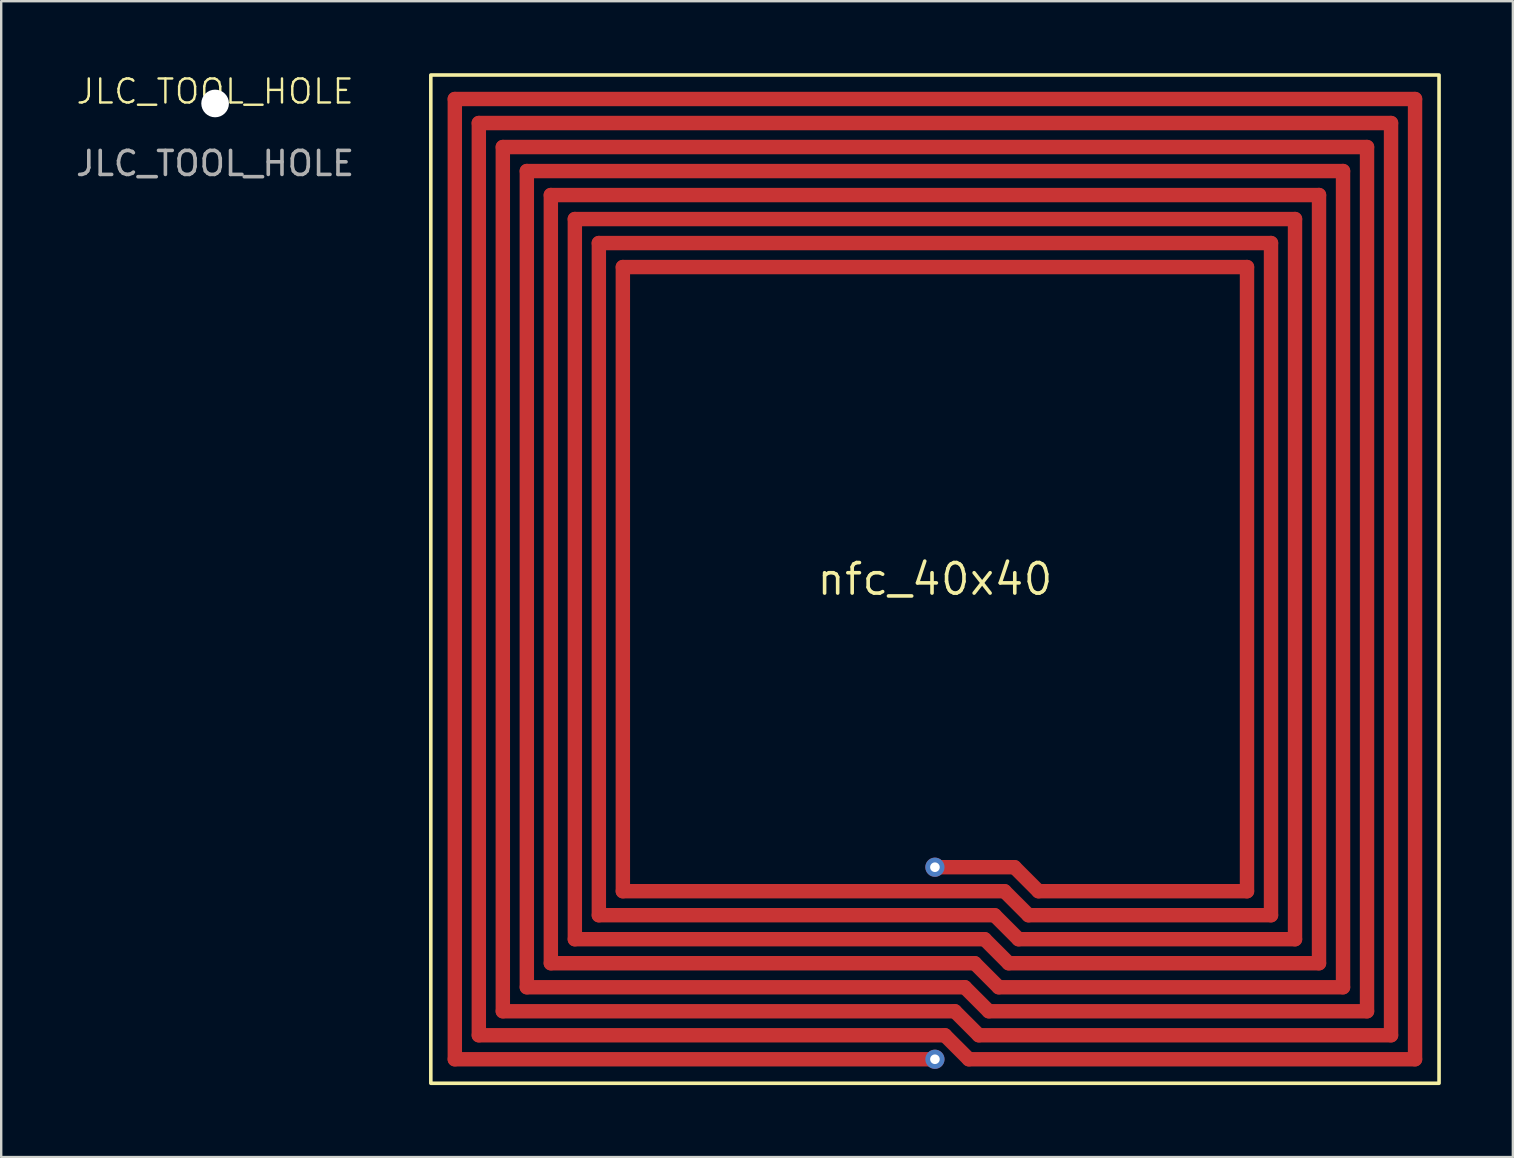
<source format=kicad_pcb>
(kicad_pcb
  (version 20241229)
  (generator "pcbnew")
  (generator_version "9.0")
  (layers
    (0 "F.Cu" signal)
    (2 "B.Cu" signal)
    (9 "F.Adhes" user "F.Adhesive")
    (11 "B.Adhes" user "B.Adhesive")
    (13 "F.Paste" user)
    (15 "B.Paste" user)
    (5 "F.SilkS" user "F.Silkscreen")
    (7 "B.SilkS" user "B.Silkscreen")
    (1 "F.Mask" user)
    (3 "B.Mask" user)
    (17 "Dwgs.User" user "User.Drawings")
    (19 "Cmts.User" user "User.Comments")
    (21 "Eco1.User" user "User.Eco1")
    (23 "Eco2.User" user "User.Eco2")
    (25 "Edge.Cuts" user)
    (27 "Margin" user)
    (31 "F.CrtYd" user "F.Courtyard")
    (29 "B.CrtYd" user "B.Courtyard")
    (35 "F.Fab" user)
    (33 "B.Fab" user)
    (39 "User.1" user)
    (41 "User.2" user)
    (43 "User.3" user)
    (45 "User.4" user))
  (footprint "JLC_TOOL_HOLE"
    (layer "F.Cu")
    (at 5.911 1.26)
    (property "Reference" "JLC_TOOL_HOLE" (at 0 -0.5 0) (unlocked yes) (layer "F.SilkS") (effects (font (size 1 1) (thickness 0.1))))
    (attr smd)
    (fp_text user "${REFERENCE}" (at 0 2.5 0) (unlocked yes) (layer "F.Fab") (effects (font (size 1 1) (thickness 0.15))))
    (pad "" np_thru_hole circle (at 0 0) (size 1.152 1.152) (drill 1.152) (layers "*.Cu" "*.Mask")))
  (footprint "nfc_40x40"
    (layer "F.Cu")
    (at 35.896 21.075)
    (property "Reference" "nfc_40x40" (at 0 0 0) (layer "F.SilkS") (effects (font (size 1.27 1.27) (thickness 0.15))))
    (fp_line (start -20 -20) (end 20 -20) (stroke (width 0.6) (type default)) (layer "F.Cu"))
    (fp_line (start -20 20) (end -20 -20) (stroke (width 0.6) (type default)) (layer "F.Cu"))
    (fp_line (start -19 -19) (end 19 -19) (stroke (width 0.6) (type default)) (layer "F.Cu"))
    (fp_line (start -19 19) (end -19 -19) (stroke (width 0.6) (type default)) (layer "F.Cu"))
    (fp_line (start -18 -18) (end 18 -18) (stroke (width 0.6) (type default)) (layer "F.Cu"))
    (fp_line (start -18 18) (end -18 -18) (stroke (width 0.6) (type default)) (layer "F.Cu"))
    (fp_line (start -17 -17) (end 17 -17) (stroke (width 0.6) (type default)) (layer "F.Cu"))
    (fp_line (start -17 17) (end -17 -17) (stroke (width 0.6) (type default)) (layer "F.Cu"))
    (fp_line (start -16 -16) (end 16 -16) (stroke (width 0.6) (type default)) (layer "F.Cu"))
    (fp_line (start -16 16) (end -16 -16) (stroke (width 0.6) (type default)) (layer "F.Cu"))
    (fp_line (start -15 -15) (end 15 -15) (stroke (width 0.6) (type default)) (layer "F.Cu"))
    (fp_line (start -15 15) (end -15 -15) (stroke (width 0.6) (type default)) (layer "F.Cu"))
    (fp_line (start -14 -14) (end 14 -14) (stroke (width 0.6) (type default)) (layer "F.Cu"))
    (fp_line (start -14 14) (end -14 -14) (stroke (width 0.6) (type default)) (layer "F.Cu"))
    (fp_line (start -13 -13) (end 13 -13) (stroke (width 0.6) (type default)) (layer "F.Cu"))
    (fp_line (start -13 13) (end -13 -13) (stroke (width 0.6) (type default)) (layer "F.Cu"))
    (fp_line (start 0 20) (end -20 20) (stroke (width 0.6) (type default)) (layer "F.Cu"))
    (fp_line (start 0.414 19) (end -19 19) (stroke (width 0.6) (type default)) (layer "F.Cu"))
    (fp_line (start 0.828 18) (end -18 18) (stroke (width 0.6) (type default)) (layer "F.Cu"))
    (fp_line (start 1.243 17) (end -17 17) (stroke (width 0.6) (type default)) (layer "F.Cu"))
    (fp_line (start 1.414 20) (end 0.414 19) (stroke (width 0.6) (type default)) (layer "F.Cu"))
    (fp_line (start 1.657 16) (end -16 16) (stroke (width 0.6) (type default)) (layer "F.Cu"))
    (fp_line (start 1.828 19) (end 0.828 18) (stroke (width 0.6) (type default)) (layer "F.Cu"))
    (fp_line (start 2.071 15) (end -15 15) (stroke (width 0.6) (type default)) (layer "F.Cu"))
    (fp_line (start 2.243 18) (end 1.243 17) (stroke (width 0.6) (type default)) (layer "F.Cu"))
    (fp_line (start 2.485 14) (end -14 14) (stroke (width 0.6) (type default)) (layer "F.Cu"))
    (fp_line (start 2.657 17) (end 1.657 16) (stroke (width 0.6) (type default)) (layer "F.Cu"))
    (fp_line (start 2.899 13) (end -13 13) (stroke (width 0.6) (type default)) (layer "F.Cu"))
    (fp_line (start 3.071 16) (end 2.071 15) (stroke (width 0.6) (type default)) (layer "F.Cu"))
    (fp_line (start 3.314 12) (end 0 12) (stroke (width 0.6) (type default)) (layer "F.Cu"))
    (fp_line (start 3.485 15) (end 2.485 14) (stroke (width 0.6) (type default)) (layer "F.Cu"))
    (fp_line (start 3.899 14) (end 2.899 13) (stroke (width 0.6) (type default)) (layer "F.Cu"))
    (fp_line (start 4.314 13) (end 3.314 12) (stroke (width 0.6) (type default)) (layer "F.Cu"))
    (fp_line (start 13 -13) (end 13 13) (stroke (width 0.6) (type default)) (layer "F.Cu"))
    (fp_line (start 13 13) (end 4.314 13) (stroke (width 0.6) (type default)) (layer "F.Cu"))
    (fp_line (start 14 -14) (end 14 14) (stroke (width 0.6) (type default)) (layer "F.Cu"))
    (fp_line (start 14 14) (end 3.899 14) (stroke (width 0.6) (type default)) (layer "F.Cu"))
    (fp_line (start 15 -15) (end 15 15) (stroke (width 0.6) (type default)) (layer "F.Cu"))
    (fp_line (start 15 15) (end 3.485 15) (stroke (width 0.6) (type default)) (layer "F.Cu"))
    (fp_line (start 16 -16) (end 16 16) (stroke (width 0.6) (type default)) (layer "F.Cu"))
    (fp_line (start 16 16) (end 3.071 16) (stroke (width 0.6) (type default)) (layer "F.Cu"))
    (fp_line (start 17 -17) (end 17 17) (stroke (width 0.6) (type default)) (layer "F.Cu"))
    (fp_line (start 17 17) (end 2.657 17) (stroke (width 0.6) (type default)) (layer "F.Cu"))
    (fp_line (start 18 -18) (end 18 18) (stroke (width 0.6) (type default)) (layer "F.Cu"))
    (fp_line (start 18 18) (end 2.243 18) (stroke (width 0.6) (type default)) (layer "F.Cu"))
    (fp_line (start 19 -19) (end 19 19) (stroke (width 0.6) (type default)) (layer "F.Cu"))
    (fp_line (start 19 19) (end 1.828 19) (stroke (width 0.6) (type default)) (layer "F.Cu"))
    (fp_line (start 20 -20) (end 20 20) (stroke (width 0.6) (type default)) (layer "F.Cu"))
    (fp_line (start 20 20) (end 1.414 20) (stroke (width 0.6) (type default)) (layer "F.Cu"))
    (fp_rect (start -21 -21) (end 21 21) (stroke (width 0.15) (type default)) (fill no) (layer "F.SilkS"))
    (pad "1" thru_hole circle (at 0 20) (size 0.8 0.8) (drill 0.4) (layers "*.Cu" "*.Mask"))
    (pad "2" thru_hole circle (at 0 12) (size 0.8 0.8) (drill 0.4) (layers "*.Cu" "*.Mask")))
  (gr_rect
    (start -3 -3)
    (end 59.971 45.15)
    (stroke (width 0.1) (type default))
    (fill no)
    (layer "Edge.Cuts")))
</source>
